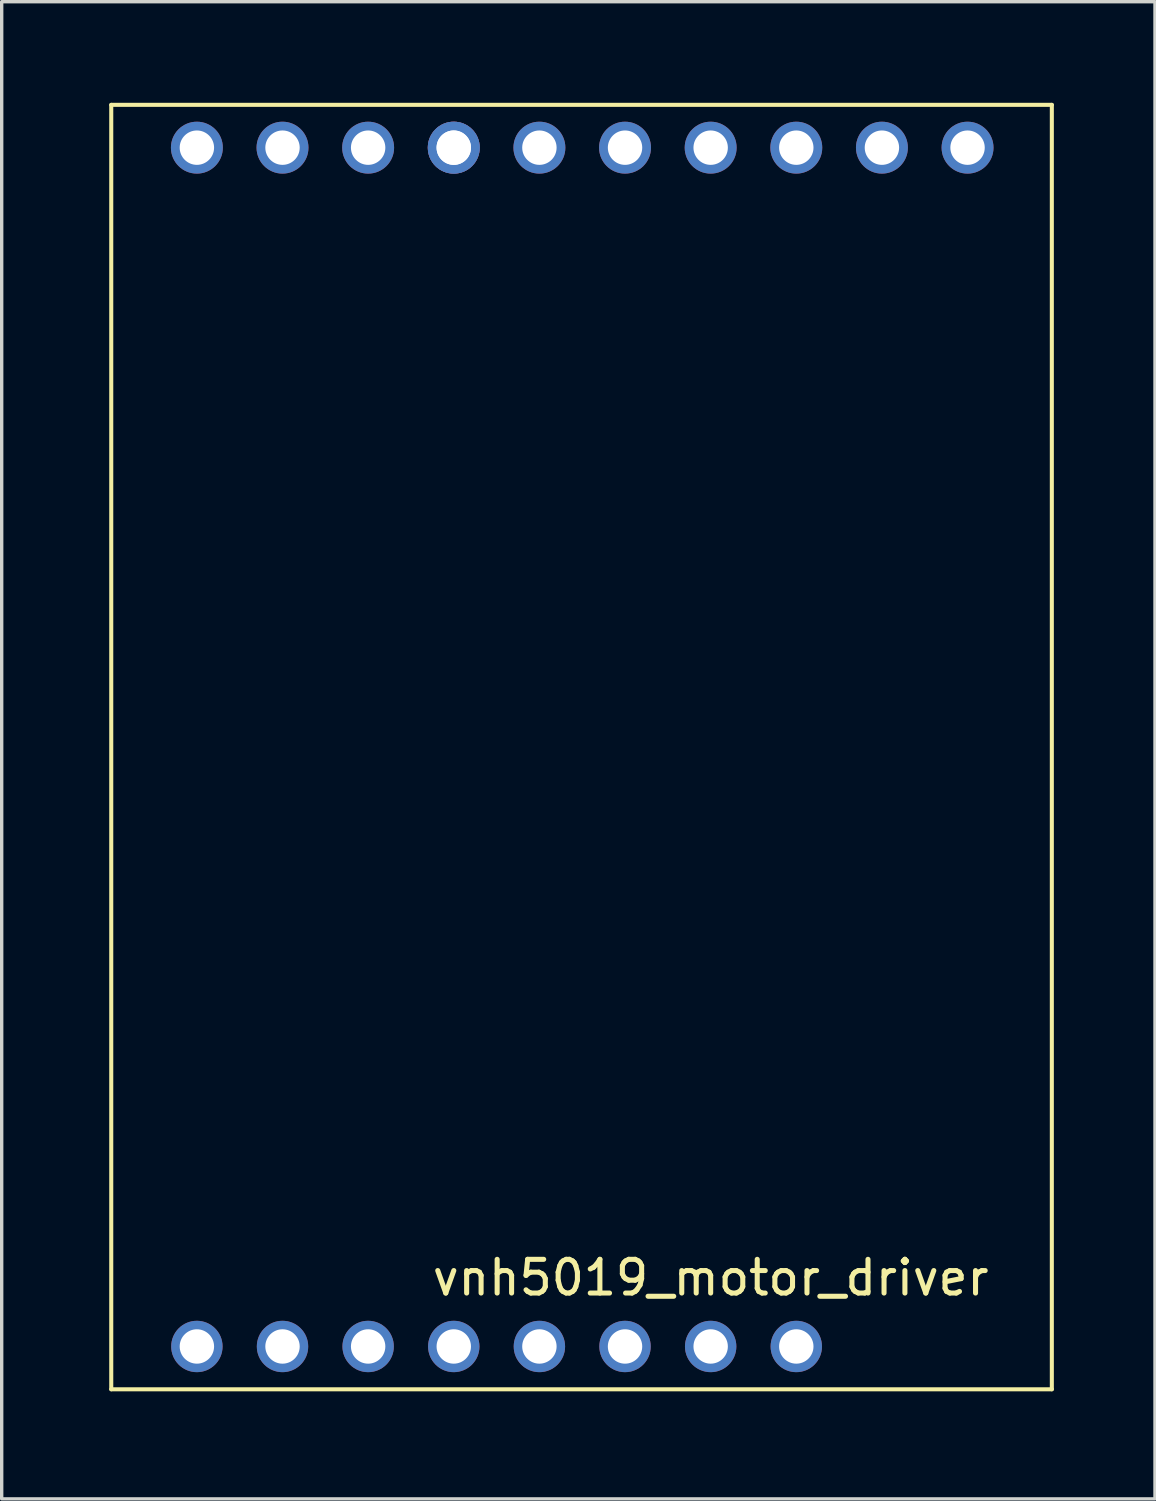
<source format=kicad_pcb>
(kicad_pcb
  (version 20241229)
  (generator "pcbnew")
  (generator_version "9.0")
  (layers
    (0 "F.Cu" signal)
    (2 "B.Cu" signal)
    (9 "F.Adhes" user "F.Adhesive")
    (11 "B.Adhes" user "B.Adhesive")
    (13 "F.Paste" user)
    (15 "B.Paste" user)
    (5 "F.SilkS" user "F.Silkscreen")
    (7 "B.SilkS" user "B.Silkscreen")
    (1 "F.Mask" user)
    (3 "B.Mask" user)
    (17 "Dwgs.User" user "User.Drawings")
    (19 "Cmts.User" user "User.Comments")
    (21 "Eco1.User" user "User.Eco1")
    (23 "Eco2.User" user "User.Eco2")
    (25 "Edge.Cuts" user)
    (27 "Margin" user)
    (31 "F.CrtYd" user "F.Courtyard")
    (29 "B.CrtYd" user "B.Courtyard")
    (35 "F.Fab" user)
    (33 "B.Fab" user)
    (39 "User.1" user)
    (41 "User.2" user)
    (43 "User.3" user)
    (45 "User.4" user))
  (footprint "vnh5019_motor_driver"
    (layer "F.Cu")
    (at 0.25 38.16)
    (property "Reference" "vnh5019_motor_driver" (at 17.78 -3.31 0) (layer "F.SilkS") (effects (font (size 1 1) (thickness 0.15))))
    (attr through_hole)
    (fp_line (start 0 -38.1) (end 27.9 -38.1) (stroke (width 0.12) (type solid)) (layer "F.SilkS"))
    (fp_line (start 0 0) (end 0 -38.1) (stroke (width 0.12) (type solid)) (layer "F.SilkS"))
    (fp_line (start 27.9 -38.1) (end 27.9 0) (stroke (width 0.12) (type solid)) (layer "F.SilkS"))
    (fp_line (start 27.9 0) (end 0 0) (stroke (width 0.12) (type solid)) (layer "F.SilkS"))
    (pad "MP1" thru_hole circle (at 7.62 -1.27) (size 1.524 1.524) (drill 1.02) (layers "*.Cu" "*.Mask"))
    (pad "MP2" thru_hole circle (at 10.16 -1.27) (size 1.524 1.524) (drill 1.02) (layers "*.Cu" "*.Mask"))
    (pad "MP3" thru_hole circle (at 12.7 -1.27) (size 1.524 1.524) (drill 1.02) (layers "*.Cu" "*.Mask"))
    (pad "MP4" thru_hole circle (at 15.24 -1.27) (size 1.524 1.524) (drill 1.02) (layers "*.Cu" "*.Mask"))
    (pad "MP5" thru_hole circle (at 17.78 -1.27) (size 1.524 1.524) (drill 1.02) (layers "*.Cu" "*.Mask"))
    (pad "MP6" thru_hole circle (at 5.08 -1.27) (size 1.524 1.524) (drill 1.02) (layers "*.Cu" "*.Mask"))
    (pad "MP7" thru_hole circle (at 2.54 -1.27) (size 1.524 1.524) (drill 1.02) (layers "*.Cu" "*.Mask"))
    (pad "MP8" thru_hole circle (at 20.32 -1.27) (size 1.524 1.524) (drill 1.02) (layers "*.Cu" "*.Mask"))
    (pad "MP28" thru_hole circle (at 10.16 -36.83) (size 1.54 1.54) (drill 1.02) (layers "*.Cu" "*.Mask"))
    (pad "MP29" thru_hole circle (at 10.16 -36.83) (size 1.54 1.54) (drill 1.02) (layers "*.Cu" "*.Mask"))
    (pad "MP30" thru_hole circle (at 7.62 -36.83) (size 1.54 1.54) (drill 1.02) (layers "*.Cu" "*.Mask"))
    (pad "MP31" thru_hole circle (at 5.08 -36.83) (size 1.54 1.54) (drill 1.02) (layers "*.Cu" "*.Mask"))
    (pad "MP32" thru_hole circle (at 2.54 -36.83) (size 1.54 1.54) (drill 1.02) (layers "*.Cu" "*.Mask"))
    (pad "MP33" thru_hole circle (at 12.7 -36.83) (size 1.54 1.54) (drill 1.02) (layers "*.Cu" "*.Mask"))
    (pad "MP34" thru_hole circle (at 15.24 -36.83) (size 1.54 1.54) (drill 1.02) (layers "*.Cu" "*.Mask"))
    (pad "MP35" thru_hole circle (at 17.78 -36.83) (size 1.54 1.54) (drill 1.02) (layers "*.Cu" "*.Mask"))
    (pad "MP36" thru_hole circle (at 20.32 -36.83) (size 1.54 1.54) (drill 1.02) (layers "*.Cu" "*.Mask"))
    (pad "MP37" thru_hole circle (at 22.86 -36.83) (size 1.54 1.54) (drill 1.02) (layers "*.Cu" "*.Mask"))
    (pad "MP38" thru_hole circle (at 25.4 -36.83) (size 1.54 1.54) (drill 1.02) (layers "*.Cu" "*.Mask")))
  (gr_rect
    (start -3 -3)
    (end 31.21 41.41)
    (stroke (width 0.1) (type default))
    (fill no)
    (layer "Edge.Cuts")))
</source>
